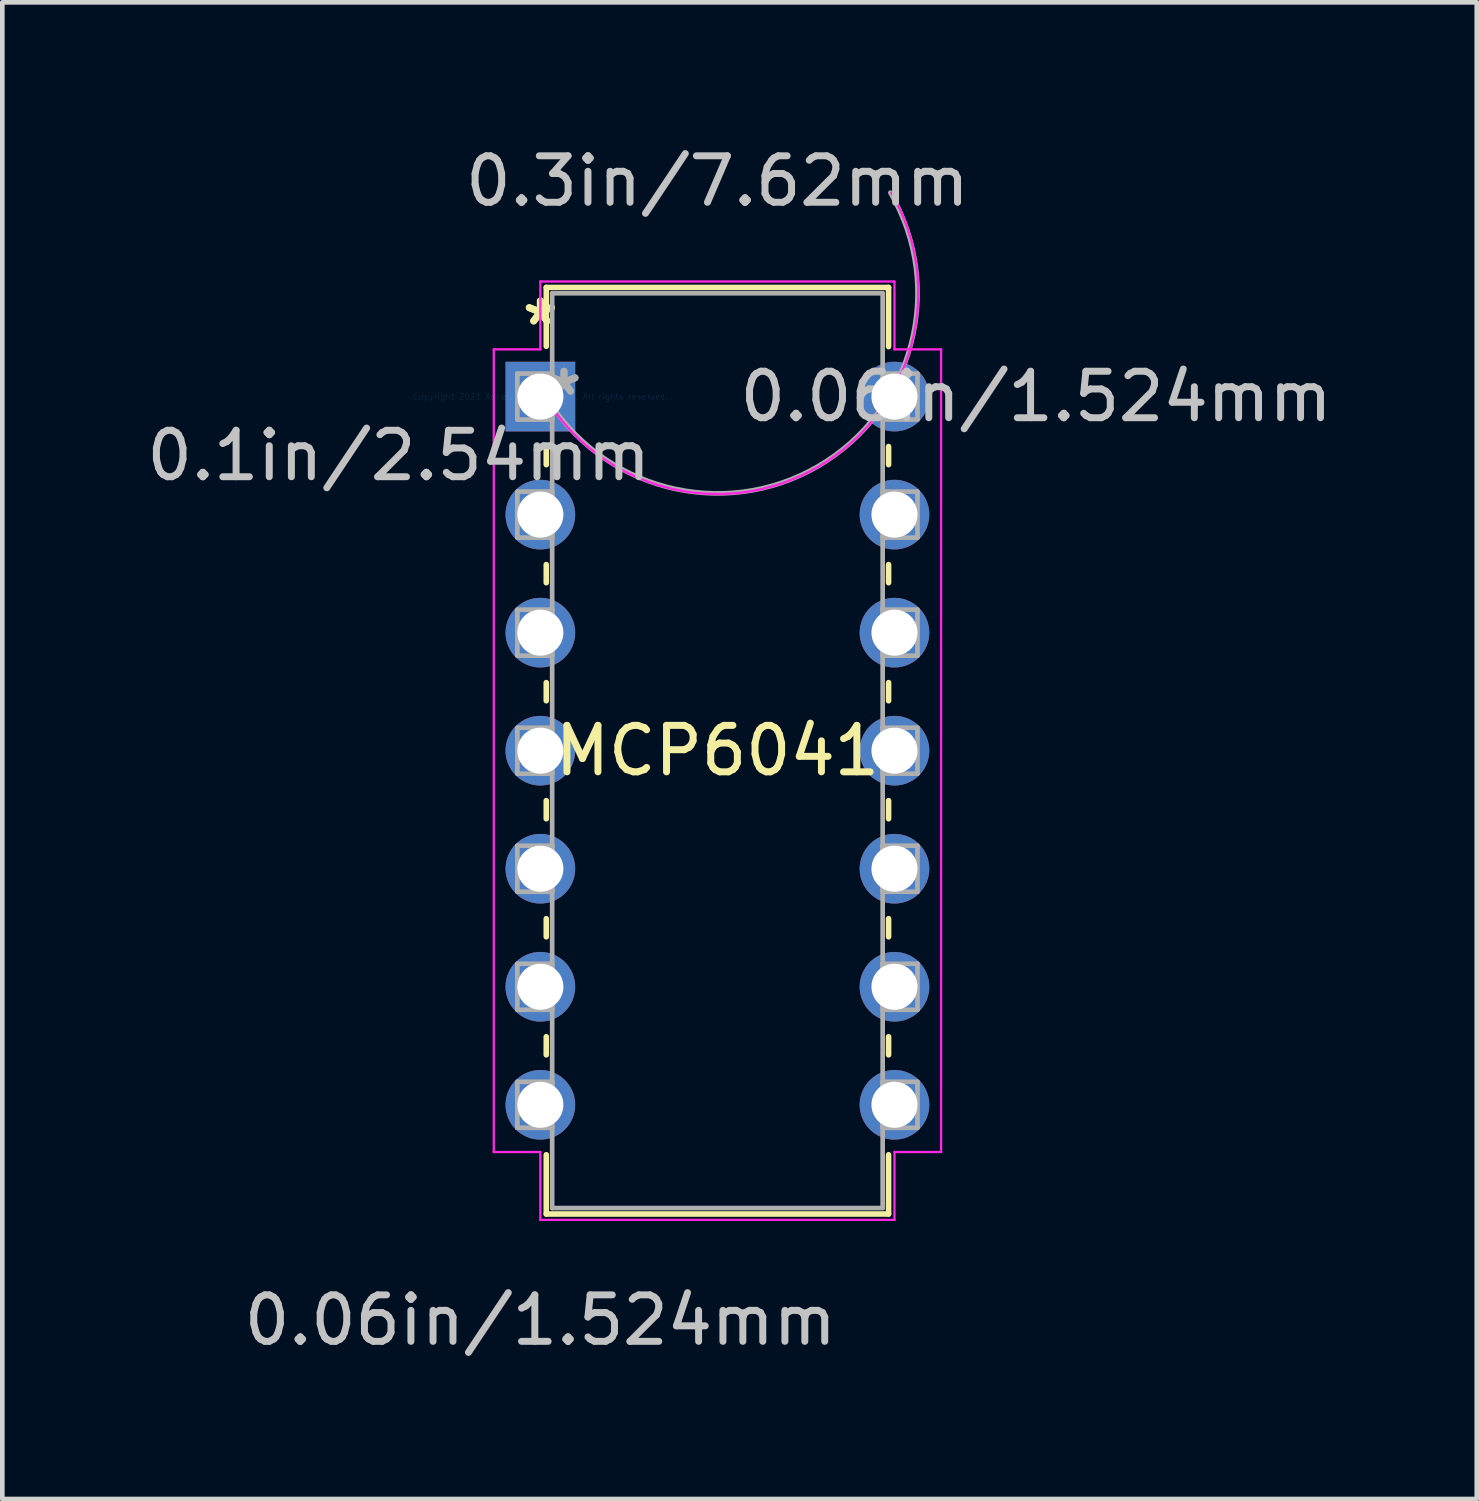
<source format=kicad_pcb>
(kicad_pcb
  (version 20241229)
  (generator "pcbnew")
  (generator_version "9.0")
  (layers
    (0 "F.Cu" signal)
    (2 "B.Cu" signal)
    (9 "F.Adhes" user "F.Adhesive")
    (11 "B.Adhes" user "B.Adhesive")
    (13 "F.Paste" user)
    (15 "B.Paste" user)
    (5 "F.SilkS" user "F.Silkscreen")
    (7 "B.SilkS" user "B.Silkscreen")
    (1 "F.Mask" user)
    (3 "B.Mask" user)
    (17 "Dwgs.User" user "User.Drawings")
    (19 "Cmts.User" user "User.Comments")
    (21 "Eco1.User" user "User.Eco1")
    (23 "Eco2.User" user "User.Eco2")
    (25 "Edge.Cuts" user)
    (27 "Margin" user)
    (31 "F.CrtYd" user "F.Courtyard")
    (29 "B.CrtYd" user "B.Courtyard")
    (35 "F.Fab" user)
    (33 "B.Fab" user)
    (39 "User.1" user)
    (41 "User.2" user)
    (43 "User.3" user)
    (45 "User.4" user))
  (footprint "MCP6041"
    (layer "F.Cu")
    (at 8.578 5.484)
    (property "Reference" "MCP6041" (at 3.81 7.62 0) (layer "F.SilkS") (effects (font (size 1 1) (thickness 0.15))))
    (attr through_hole)
    (fp_line (start 0.127 -2.349) (end 0.127 -1.082) (stroke (width 0.12) (type solid)) (layer "F.SilkS"))
    (fp_line (start 0.127 1.082) (end 0.127 1.465) (stroke (width 0.12) (type solid)) (layer "F.SilkS"))
    (fp_line (start 0.127 3.615) (end 0.127 4.005) (stroke (width 0.12) (type solid)) (layer "F.SilkS"))
    (fp_line (start 0.127 6.155) (end 0.127 6.545) (stroke (width 0.12) (type solid)) (layer "F.SilkS"))
    (fp_line (start 0.127 8.695) (end 0.127 9.085) (stroke (width 0.12) (type solid)) (layer "F.SilkS"))
    (fp_line (start 0.127 11.235) (end 0.127 11.625) (stroke (width 0.12) (type solid)) (layer "F.SilkS"))
    (fp_line (start 0.127 13.775) (end 0.127 14.165) (stroke (width 0.12) (type solid)) (layer "F.SilkS"))
    (fp_line (start 0.127 16.315) (end 0.127 17.59) (stroke (width 0.12) (type solid)) (layer "F.SilkS"))
    (fp_line (start 0.127 17.59) (end 7.493 17.59) (stroke (width 0.12) (type solid)) (layer "F.SilkS"))
    (fp_line (start 7.493 -2.349) (end 0.127 -2.349) (stroke (width 0.12) (type solid)) (layer "F.SilkS"))
    (fp_line (start 7.493 -1.075) (end 7.493 -2.349) (stroke (width 0.12) (type solid)) (layer "F.SilkS"))
    (fp_line (start 7.493 1.465) (end 7.493 1.075) (stroke (width 0.12) (type solid)) (layer "F.SilkS"))
    (fp_line (start 7.493 4.005) (end 7.493 3.615) (stroke (width 0.12) (type solid)) (layer "F.SilkS"))
    (fp_line (start 7.493 6.545) (end 7.493 6.155) (stroke (width 0.12) (type solid)) (layer "F.SilkS"))
    (fp_line (start 7.493 9.085) (end 7.493 8.695) (stroke (width 0.12) (type solid)) (layer "F.SilkS"))
    (fp_line (start 7.493 11.625) (end 7.493 11.235) (stroke (width 0.12) (type solid)) (layer "F.SilkS"))
    (fp_line (start 7.493 14.165) (end 7.493 13.775) (stroke (width 0.12) (type solid)) (layer "F.SilkS"))
    (fp_line (start 7.493 17.59) (end 7.493 16.315) (stroke (width 0.12) (type solid)) (layer "F.SilkS"))
    (fp_line (start -1.003 -1.016) (end -1.003 16.256) (stroke (width 0.05) (type solid)) (layer "F.CrtYd"))
    (fp_line (start -1.003 16.256) (end 0 16.256) (stroke (width 0.05) (type solid)) (layer "F.CrtYd"))
    (fp_line (start 0 -2.477) (end 0 -1.016) (stroke (width 0.05) (type solid)) (layer "F.CrtYd"))
    (fp_line (start 0 -1.016) (end -1.003 -1.016) (stroke (width 0.05) (type solid)) (layer "F.CrtYd"))
    (fp_line (start 0 16.256) (end 0 17.716) (stroke (width 0.05) (type solid)) (layer "F.CrtYd"))
    (fp_line (start 0 17.716) (end 7.62 17.716) (stroke (width 0.05) (type solid)) (layer "F.CrtYd"))
    (fp_line (start 7.62 -2.477) (end 0 -2.477) (stroke (width 0.05) (type solid)) (layer "F.CrtYd"))
    (fp_line (start 7.62 -1.016) (end 7.62 -2.477) (stroke (width 0.05) (type solid)) (layer "F.CrtYd"))
    (fp_line (start 7.62 16.256) (end 8.623 16.256) (stroke (width 0.05) (type solid)) (layer "F.CrtYd"))
    (fp_line (start 7.62 17.716) (end 7.62 16.256) (stroke (width 0.05) (type solid)) (layer "F.CrtYd"))
    (fp_line (start 8.623 -1.016) (end 7.62 -1.016) (stroke (width 0.05) (type solid)) (layer "F.CrtYd"))
    (fp_line (start 8.623 16.256) (end 8.623 -1.016) (stroke (width 0.05) (type solid)) (layer "F.CrtYd"))
    (fp_arc (start 7.553334 -4.388548) (mid 5.976048 1.520834) (end 0.066666 -0.056452) (stroke (width 0.05) (type solid)) (layer "F.CrtYd"))
    (fp_line (start -0.495 -0.495) (end -0.495 0.495) (stroke (width 0.1) (type solid)) (layer "F.Fab"))
    (fp_line (start -0.495 0.495) (end 0.254 0.495) (stroke (width 0.1) (type solid)) (layer "F.Fab"))
    (fp_line (start -0.495 2.045) (end -0.495 3.035) (stroke (width 0.1) (type solid)) (layer "F.Fab"))
    (fp_line (start -0.495 3.035) (end 0.254 3.035) (stroke (width 0.1) (type solid)) (layer "F.Fab"))
    (fp_line (start -0.495 4.585) (end -0.495 5.575) (stroke (width 0.1) (type solid)) (layer "F.Fab"))
    (fp_line (start -0.495 5.575) (end 0.254 5.575) (stroke (width 0.1) (type solid)) (layer "F.Fab"))
    (fp_line (start -0.495 7.125) (end -0.495 8.115) (stroke (width 0.1) (type solid)) (layer "F.Fab"))
    (fp_line (start -0.495 8.115) (end 0.254 8.115) (stroke (width 0.1) (type solid)) (layer "F.Fab"))
    (fp_line (start -0.495 9.665) (end -0.495 10.655) (stroke (width 0.1) (type solid)) (layer "F.Fab"))
    (fp_line (start -0.495 10.655) (end 0.254 10.655) (stroke (width 0.1) (type solid)) (layer "F.Fab"))
    (fp_line (start -0.495 12.205) (end -0.495 13.195) (stroke (width 0.1) (type solid)) (layer "F.Fab"))
    (fp_line (start -0.495 13.195) (end 0.254 13.195) (stroke (width 0.1) (type solid)) (layer "F.Fab"))
    (fp_line (start -0.495 14.745) (end -0.495 15.735) (stroke (width 0.1) (type solid)) (layer "F.Fab"))
    (fp_line (start -0.495 15.735) (end 0.254 15.735) (stroke (width 0.1) (type solid)) (layer "F.Fab"))
    (fp_line (start 0.254 -2.223) (end 0.254 17.462) (stroke (width 0.1) (type solid)) (layer "F.Fab"))
    (fp_line (start 0.254 -0.495) (end -0.495 -0.495) (stroke (width 0.1) (type solid)) (layer "F.Fab"))
    (fp_line (start 0.254 0.495) (end 0.254 -0.495) (stroke (width 0.1) (type solid)) (layer "F.Fab"))
    (fp_line (start 0.254 2.045) (end -0.495 2.045) (stroke (width 0.1) (type solid)) (layer "F.Fab"))
    (fp_line (start 0.254 3.035) (end 0.254 2.045) (stroke (width 0.1) (type solid)) (layer "F.Fab"))
    (fp_line (start 0.254 4.585) (end -0.495 4.585) (stroke (width 0.1) (type solid)) (layer "F.Fab"))
    (fp_line (start 0.254 5.575) (end 0.254 4.585) (stroke (width 0.1) (type solid)) (layer "F.Fab"))
    (fp_line (start 0.254 7.125) (end -0.495 7.125) (stroke (width 0.1) (type solid)) (layer "F.Fab"))
    (fp_line (start 0.254 8.115) (end 0.254 7.125) (stroke (width 0.1) (type solid)) (layer "F.Fab"))
    (fp_line (start 0.254 9.665) (end -0.495 9.665) (stroke (width 0.1) (type solid)) (layer "F.Fab"))
    (fp_line (start 0.254 10.655) (end 0.254 9.665) (stroke (width 0.1) (type solid)) (layer "F.Fab"))
    (fp_line (start 0.254 12.205) (end -0.495 12.205) (stroke (width 0.1) (type solid)) (layer "F.Fab"))
    (fp_line (start 0.254 13.195) (end 0.254 12.205) (stroke (width 0.1) (type solid)) (layer "F.Fab"))
    (fp_line (start 0.254 14.745) (end -0.495 14.745) (stroke (width 0.1) (type solid)) (layer "F.Fab"))
    (fp_line (start 0.254 15.735) (end 0.254 14.745) (stroke (width 0.1) (type solid)) (layer "F.Fab"))
    (fp_line (start 0.254 17.462) (end 7.366 17.462) (stroke (width 0.1) (type solid)) (layer "F.Fab"))
    (fp_line (start 7.366 -2.223) (end 0.254 -2.223) (stroke (width 0.1) (type solid)) (layer "F.Fab"))
    (fp_line (start 7.366 -0.495) (end 7.366 0.495) (stroke (width 0.1) (type solid)) (layer "F.Fab"))
    (fp_line (start 7.366 0.495) (end 8.115 0.495) (stroke (width 0.1) (type solid)) (layer "F.Fab"))
    (fp_line (start 7.366 2.045) (end 7.366 3.035) (stroke (width 0.1) (type solid)) (layer "F.Fab"))
    (fp_line (start 7.366 3.035) (end 8.115 3.035) (stroke (width 0.1) (type solid)) (layer "F.Fab"))
    (fp_line (start 7.366 4.585) (end 7.366 5.575) (stroke (width 0.1) (type solid)) (layer "F.Fab"))
    (fp_line (start 7.366 5.575) (end 8.115 5.575) (stroke (width 0.1) (type solid)) (layer "F.Fab"))
    (fp_line (start 7.366 7.125) (end 7.366 8.115) (stroke (width 0.1) (type solid)) (layer "F.Fab"))
    (fp_line (start 7.366 8.115) (end 8.115 8.115) (stroke (width 0.1) (type solid)) (layer "F.Fab"))
    (fp_line (start 7.366 9.665) (end 7.366 10.655) (stroke (width 0.1) (type solid)) (layer "F.Fab"))
    (fp_line (start 7.366 10.655) (end 8.115 10.655) (stroke (width 0.1) (type solid)) (layer "F.Fab"))
    (fp_line (start 7.366 12.205) (end 7.366 13.195) (stroke (width 0.1) (type solid)) (layer "F.Fab"))
    (fp_line (start 7.366 13.195) (end 8.115 13.195) (stroke (width 0.1) (type solid)) (layer "F.Fab"))
    (fp_line (start 7.366 14.745) (end 7.366 15.735) (stroke (width 0.1) (type solid)) (layer "F.Fab"))
    (fp_line (start 7.366 15.735) (end 8.115 15.735) (stroke (width 0.1) (type solid)) (layer "F.Fab"))
    (fp_line (start 7.366 17.462) (end 7.366 -2.223) (stroke (width 0.1) (type solid)) (layer "F.Fab"))
    (fp_line (start 8.115 -0.495) (end 7.366 -0.495) (stroke (width 0.1) (type solid)) (layer "F.Fab"))
    (fp_line (start 8.115 0.495) (end 8.115 -0.495) (stroke (width 0.1) (type solid)) (layer "F.Fab"))
    (fp_line (start 8.115 2.045) (end 7.366 2.045) (stroke (width 0.1) (type solid)) (layer "F.Fab"))
    (fp_line (start 8.115 3.035) (end 8.115 2.045) (stroke (width 0.1) (type solid)) (layer "F.Fab"))
    (fp_line (start 8.115 4.585) (end 7.366 4.585) (stroke (width 0.1) (type solid)) (layer "F.Fab"))
    (fp_line (start 8.115 5.575) (end 8.115 4.585) (stroke (width 0.1) (type solid)) (layer "F.Fab"))
    (fp_line (start 8.115 7.125) (end 7.366 7.125) (stroke (width 0.1) (type solid)) (layer "F.Fab"))
    (fp_line (start 8.115 8.115) (end 8.115 7.125) (stroke (width 0.1) (type solid)) (layer "F.Fab"))
    (fp_line (start 8.115 9.665) (end 7.366 9.665) (stroke (width 0.1) (type solid)) (layer "F.Fab"))
    (fp_line (start 8.115 10.655) (end 8.115 9.665) (stroke (width 0.1) (type solid)) (layer "F.Fab"))
    (fp_line (start 8.115 12.205) (end 7.366 12.205) (stroke (width 0.1) (type solid)) (layer "F.Fab"))
    (fp_line (start 8.115 13.195) (end 8.115 12.205) (stroke (width 0.1) (type solid)) (layer "F.Fab"))
    (fp_line (start 8.115 14.745) (end 7.366 14.745) (stroke (width 0.1) (type solid)) (layer "F.Fab"))
    (fp_line (start 8.115 15.735) (end 8.115 14.745) (stroke (width 0.1) (type solid)) (layer "F.Fab"))
    (fp_arc (start 7.530968 -4.388548) (mid 5.976048 1.498468) (end 0.089032 -0.056452) (stroke (width 0.1) (type solid)) (layer "F.Fab"))
    (fp_text user "*" (at 0 -1.511 0) (layer "F.SilkS") (effects (font (size 1 1) (thickness 0.15))))
    (fp_text user "*" (at 0 -1.511 0) (layer "F.SilkS") (effects (font (size 1 1) (thickness 0.15))))
    (fp_text user "0.3in/7.62mm" (at 3.81 -4.636 0) (layer "Dwgs.User") (effects (font (size 1 1) (thickness 0.15))))
    (fp_text user "0.06in/1.524mm" (at 0 19.875 0) (layer "Dwgs.User") (effects (font (size 1 1) (thickness 0.15))))
    (fp_text user "0.1in/2.54mm" (at -3.048 1.27 0) (layer "Dwgs.User") (effects (font (size 1 1) (thickness 0.15))))
    (fp_text user "0.06in/1.524mm" (at 10.668 0 0) (layer "Dwgs.User") (effects (font (size 1 1) (thickness 0.15))))
    (fp_text user "Copyright 2021 Accelerated Designs. All rights reserved." (at 0 0 0) (layer "Cmts.User") (effects (font (size 0.127 0.127) (thickness 0.002))))
    (fp_text user "*" (at 0.508 0 0) (layer "F.Fab") (effects (font (size 1 1) (thickness 0.15))))
    (fp_text user "*" (at 0.508 0 0) (layer "F.Fab") (effects (font (size 1 1) (thickness 0.15))))
    (pad "1" thru_hole rect (at 0 0) (size 1.499 1.499) (drill 0.991) (layers "*.Cu" "*.Mask"))
    (pad "2" thru_hole circle (at 0 2.54) (size 1.499 1.499) (drill 0.991) (layers "*.Cu" "*.Mask"))
    (pad "3" thru_hole circle (at 0 5.08) (size 1.499 1.499) (drill 0.991) (layers "*.Cu" "*.Mask"))
    (pad "4" thru_hole circle (at 0 7.62) (size 1.499 1.499) (drill 0.991) (layers "*.Cu" "*.Mask"))
    (pad "5" thru_hole circle (at 0 10.16) (size 1.499 1.499) (drill 0.991) (layers "*.Cu" "*.Mask"))
    (pad "6" thru_hole circle (at 0 12.7) (size 1.499 1.499) (drill 0.991) (layers "*.Cu" "*.Mask"))
    (pad "7" thru_hole circle (at 0 15.24) (size 1.499 1.499) (drill 0.991) (layers "*.Cu" "*.Mask"))
    (pad "8" thru_hole circle (at 7.62 15.24) (size 1.499 1.499) (drill 0.991) (layers "*.Cu" "*.Mask"))
    (pad "9" thru_hole circle (at 7.62 12.7) (size 1.499 1.499) (drill 0.991) (layers "*.Cu" "*.Mask"))
    (pad "10" thru_hole circle (at 7.62 10.16) (size 1.499 1.499) (drill 0.991) (layers "*.Cu" "*.Mask"))
    (pad "11" thru_hole circle (at 7.62 7.62) (size 1.499 1.499) (drill 0.991) (layers "*.Cu" "*.Mask"))
    (pad "12" thru_hole circle (at 7.62 5.08) (size 1.499 1.499) (drill 0.991) (layers "*.Cu" "*.Mask"))
    (pad "13" thru_hole circle (at 7.62 2.54) (size 1.499 1.499) (drill 0.991) (layers "*.Cu" "*.Mask"))
    (pad "14" thru_hole circle (at 7.62 0) (size 1.499 1.499) (drill 0.991) (layers "*.Cu" "*.Mask")))
  (gr_rect
    (start -3 -3)
    (end 28.728 29.207)
    (stroke (width 0.1) (type default))
    (fill no)
    (layer "Edge.Cuts")))
</source>
